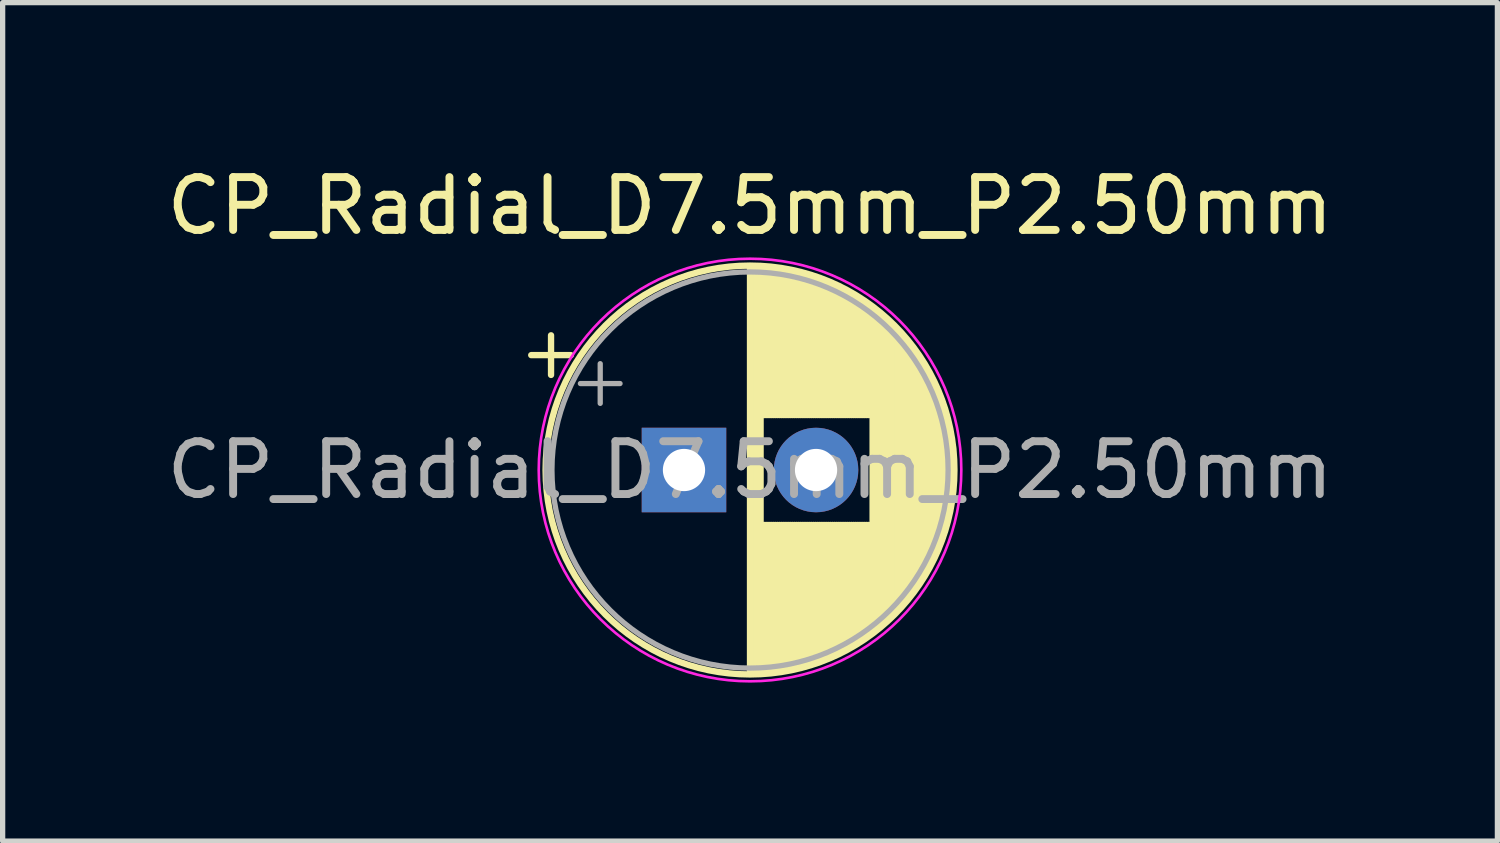
<source format=kicad_pcb>
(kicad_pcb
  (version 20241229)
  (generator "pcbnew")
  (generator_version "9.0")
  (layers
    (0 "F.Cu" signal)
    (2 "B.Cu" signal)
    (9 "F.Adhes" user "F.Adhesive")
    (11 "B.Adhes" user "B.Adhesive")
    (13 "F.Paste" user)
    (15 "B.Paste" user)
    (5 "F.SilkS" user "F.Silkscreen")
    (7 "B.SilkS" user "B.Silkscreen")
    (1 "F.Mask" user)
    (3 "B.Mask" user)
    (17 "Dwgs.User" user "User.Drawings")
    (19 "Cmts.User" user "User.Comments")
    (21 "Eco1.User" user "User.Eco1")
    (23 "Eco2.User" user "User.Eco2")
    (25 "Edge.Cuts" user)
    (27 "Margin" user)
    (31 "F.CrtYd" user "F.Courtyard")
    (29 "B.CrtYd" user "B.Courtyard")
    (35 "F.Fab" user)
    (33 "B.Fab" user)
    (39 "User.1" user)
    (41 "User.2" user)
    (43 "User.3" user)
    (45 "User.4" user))
  (footprint "CP_Radial_D7.5mm_P2.50mm"
    (layer "F.Cu")
    (at 9.899 5.848)
    (property "Reference" "CP_Radial_D7.5mm_P2.50mm" (at 1.25 -5 0) (layer "F.SilkS") (effects (font (size 1 1) (thickness 0.15))))
    (attr through_hole)
    (fp_line (start -2.892 -2.175) (end -2.142 -2.175) (stroke (width 0.12) (type solid)) (layer "F.SilkS"))
    (fp_line (start -2.517 -2.55) (end -2.517 -1.8) (stroke (width 0.12) (type solid)) (layer "F.SilkS"))
    (fp_line (start 1.25 -3.83) (end 1.25 3.83) (stroke (width 0.12) (type solid)) (layer "F.SilkS"))
    (fp_line (start 1.29 -3.83) (end 1.29 3.83) (stroke (width 0.12) (type solid)) (layer "F.SilkS"))
    (fp_line (start 1.33 -3.83) (end 1.33 3.83) (stroke (width 0.12) (type solid)) (layer "F.SilkS"))
    (fp_line (start 1.37 -3.829) (end 1.37 3.829) (stroke (width 0.12) (type solid)) (layer "F.SilkS"))
    (fp_line (start 1.41 -3.827) (end 1.41 3.827) (stroke (width 0.12) (type solid)) (layer "F.SilkS"))
    (fp_line (start 1.45 -3.825) (end 1.45 3.825) (stroke (width 0.12) (type solid)) (layer "F.SilkS"))
    (fp_line (start 1.49 -3.823) (end 1.49 -1.04) (stroke (width 0.12) (type solid)) (layer "F.SilkS"))
    (fp_line (start 1.49 1.04) (end 1.49 3.823) (stroke (width 0.12) (type solid)) (layer "F.SilkS"))
    (fp_line (start 1.53 -3.82) (end 1.53 -1.04) (stroke (width 0.12) (type solid)) (layer "F.SilkS"))
    (fp_line (start 1.53 1.04) (end 1.53 3.82) (stroke (width 0.12) (type solid)) (layer "F.SilkS"))
    (fp_line (start 1.57 -3.817) (end 1.57 -1.04) (stroke (width 0.12) (type solid)) (layer "F.SilkS"))
    (fp_line (start 1.57 1.04) (end 1.57 3.817) (stroke (width 0.12) (type solid)) (layer "F.SilkS"))
    (fp_line (start 1.61 -3.814) (end 1.61 -1.04) (stroke (width 0.12) (type solid)) (layer "F.SilkS"))
    (fp_line (start 1.61 1.04) (end 1.61 3.814) (stroke (width 0.12) (type solid)) (layer "F.SilkS"))
    (fp_line (start 1.65 -3.81) (end 1.65 -1.04) (stroke (width 0.12) (type solid)) (layer "F.SilkS"))
    (fp_line (start 1.65 1.04) (end 1.65 3.81) (stroke (width 0.12) (type solid)) (layer "F.SilkS"))
    (fp_line (start 1.69 -3.805) (end 1.69 -1.04) (stroke (width 0.12) (type solid)) (layer "F.SilkS"))
    (fp_line (start 1.69 1.04) (end 1.69 3.805) (stroke (width 0.12) (type solid)) (layer "F.SilkS"))
    (fp_line (start 1.73 -3.801) (end 1.73 -1.04) (stroke (width 0.12) (type solid)) (layer "F.SilkS"))
    (fp_line (start 1.73 1.04) (end 1.73 3.801) (stroke (width 0.12) (type solid)) (layer "F.SilkS"))
    (fp_line (start 1.77 -3.795) (end 1.77 -1.04) (stroke (width 0.12) (type solid)) (layer "F.SilkS"))
    (fp_line (start 1.77 1.04) (end 1.77 3.795) (stroke (width 0.12) (type solid)) (layer "F.SilkS"))
    (fp_line (start 1.81 -3.79) (end 1.81 -1.04) (stroke (width 0.12) (type solid)) (layer "F.SilkS"))
    (fp_line (start 1.81 1.04) (end 1.81 3.79) (stroke (width 0.12) (type solid)) (layer "F.SilkS"))
    (fp_line (start 1.85 -3.784) (end 1.85 -1.04) (stroke (width 0.12) (type solid)) (layer "F.SilkS"))
    (fp_line (start 1.85 1.04) (end 1.85 3.784) (stroke (width 0.12) (type solid)) (layer "F.SilkS"))
    (fp_line (start 1.89 -3.777) (end 1.89 -1.04) (stroke (width 0.12) (type solid)) (layer "F.SilkS"))
    (fp_line (start 1.89 1.04) (end 1.89 3.777) (stroke (width 0.12) (type solid)) (layer "F.SilkS"))
    (fp_line (start 1.93 -3.77) (end 1.93 -1.04) (stroke (width 0.12) (type solid)) (layer "F.SilkS"))
    (fp_line (start 1.93 1.04) (end 1.93 3.77) (stroke (width 0.12) (type solid)) (layer "F.SilkS"))
    (fp_line (start 1.971 -3.763) (end 1.971 -1.04) (stroke (width 0.12) (type solid)) (layer "F.SilkS"))
    (fp_line (start 1.971 1.04) (end 1.971 3.763) (stroke (width 0.12) (type solid)) (layer "F.SilkS"))
    (fp_line (start 2.011 -3.755) (end 2.011 -1.04) (stroke (width 0.12) (type solid)) (layer "F.SilkS"))
    (fp_line (start 2.011 1.04) (end 2.011 3.755) (stroke (width 0.12) (type solid)) (layer "F.SilkS"))
    (fp_line (start 2.051 -3.747) (end 2.051 -1.04) (stroke (width 0.12) (type solid)) (layer "F.SilkS"))
    (fp_line (start 2.051 1.04) (end 2.051 3.747) (stroke (width 0.12) (type solid)) (layer "F.SilkS"))
    (fp_line (start 2.091 -3.738) (end 2.091 -1.04) (stroke (width 0.12) (type solid)) (layer "F.SilkS"))
    (fp_line (start 2.091 1.04) (end 2.091 3.738) (stroke (width 0.12) (type solid)) (layer "F.SilkS"))
    (fp_line (start 2.131 -3.729) (end 2.131 -1.04) (stroke (width 0.12) (type solid)) (layer "F.SilkS"))
    (fp_line (start 2.131 1.04) (end 2.131 3.729) (stroke (width 0.12) (type solid)) (layer "F.SilkS"))
    (fp_line (start 2.171 -3.72) (end 2.171 -1.04) (stroke (width 0.12) (type solid)) (layer "F.SilkS"))
    (fp_line (start 2.171 1.04) (end 2.171 3.72) (stroke (width 0.12) (type solid)) (layer "F.SilkS"))
    (fp_line (start 2.211 -3.71) (end 2.211 -1.04) (stroke (width 0.12) (type solid)) (layer "F.SilkS"))
    (fp_line (start 2.211 1.04) (end 2.211 3.71) (stroke (width 0.12) (type solid)) (layer "F.SilkS"))
    (fp_line (start 2.251 -3.699) (end 2.251 -1.04) (stroke (width 0.12) (type solid)) (layer "F.SilkS"))
    (fp_line (start 2.251 1.04) (end 2.251 3.699) (stroke (width 0.12) (type solid)) (layer "F.SilkS"))
    (fp_line (start 2.291 -3.688) (end 2.291 -1.04) (stroke (width 0.12) (type solid)) (layer "F.SilkS"))
    (fp_line (start 2.291 1.04) (end 2.291 3.688) (stroke (width 0.12) (type solid)) (layer "F.SilkS"))
    (fp_line (start 2.331 -3.677) (end 2.331 -1.04) (stroke (width 0.12) (type solid)) (layer "F.SilkS"))
    (fp_line (start 2.331 1.04) (end 2.331 3.677) (stroke (width 0.12) (type solid)) (layer "F.SilkS"))
    (fp_line (start 2.371 -3.665) (end 2.371 -1.04) (stroke (width 0.12) (type solid)) (layer "F.SilkS"))
    (fp_line (start 2.371 1.04) (end 2.371 3.665) (stroke (width 0.12) (type solid)) (layer "F.SilkS"))
    (fp_line (start 2.411 -3.653) (end 2.411 -1.04) (stroke (width 0.12) (type solid)) (layer "F.SilkS"))
    (fp_line (start 2.411 1.04) (end 2.411 3.653) (stroke (width 0.12) (type solid)) (layer "F.SilkS"))
    (fp_line (start 2.451 -3.64) (end 2.451 -1.04) (stroke (width 0.12) (type solid)) (layer "F.SilkS"))
    (fp_line (start 2.451 1.04) (end 2.451 3.64) (stroke (width 0.12) (type solid)) (layer "F.SilkS"))
    (fp_line (start 2.491 -3.626) (end 2.491 -1.04) (stroke (width 0.12) (type solid)) (layer "F.SilkS"))
    (fp_line (start 2.491 1.04) (end 2.491 3.626) (stroke (width 0.12) (type solid)) (layer "F.SilkS"))
    (fp_line (start 2.531 -3.613) (end 2.531 -1.04) (stroke (width 0.12) (type solid)) (layer "F.SilkS"))
    (fp_line (start 2.531 1.04) (end 2.531 3.613) (stroke (width 0.12) (type solid)) (layer "F.SilkS"))
    (fp_line (start 2.571 -3.598) (end 2.571 -1.04) (stroke (width 0.12) (type solid)) (layer "F.SilkS"))
    (fp_line (start 2.571 1.04) (end 2.571 3.598) (stroke (width 0.12) (type solid)) (layer "F.SilkS"))
    (fp_line (start 2.611 -3.584) (end 2.611 -1.04) (stroke (width 0.12) (type solid)) (layer "F.SilkS"))
    (fp_line (start 2.611 1.04) (end 2.611 3.584) (stroke (width 0.12) (type solid)) (layer "F.SilkS"))
    (fp_line (start 2.651 -3.568) (end 2.651 -1.04) (stroke (width 0.12) (type solid)) (layer "F.SilkS"))
    (fp_line (start 2.651 1.04) (end 2.651 3.568) (stroke (width 0.12) (type solid)) (layer "F.SilkS"))
    (fp_line (start 2.691 -3.553) (end 2.691 -1.04) (stroke (width 0.12) (type solid)) (layer "F.SilkS"))
    (fp_line (start 2.691 1.04) (end 2.691 3.553) (stroke (width 0.12) (type solid)) (layer "F.SilkS"))
    (fp_line (start 2.731 -3.536) (end 2.731 -1.04) (stroke (width 0.12) (type solid)) (layer "F.SilkS"))
    (fp_line (start 2.731 1.04) (end 2.731 3.536) (stroke (width 0.12) (type solid)) (layer "F.SilkS"))
    (fp_line (start 2.771 -3.52) (end 2.771 -1.04) (stroke (width 0.12) (type solid)) (layer "F.SilkS"))
    (fp_line (start 2.771 1.04) (end 2.771 3.52) (stroke (width 0.12) (type solid)) (layer "F.SilkS"))
    (fp_line (start 2.811 -3.502) (end 2.811 -1.04) (stroke (width 0.12) (type solid)) (layer "F.SilkS"))
    (fp_line (start 2.811 1.04) (end 2.811 3.502) (stroke (width 0.12) (type solid)) (layer "F.SilkS"))
    (fp_line (start 2.851 -3.484) (end 2.851 -1.04) (stroke (width 0.12) (type solid)) (layer "F.SilkS"))
    (fp_line (start 2.851 1.04) (end 2.851 3.484) (stroke (width 0.12) (type solid)) (layer "F.SilkS"))
    (fp_line (start 2.891 -3.466) (end 2.891 -1.04) (stroke (width 0.12) (type solid)) (layer "F.SilkS"))
    (fp_line (start 2.891 1.04) (end 2.891 3.466) (stroke (width 0.12) (type solid)) (layer "F.SilkS"))
    (fp_line (start 2.931 -3.447) (end 2.931 -1.04) (stroke (width 0.12) (type solid)) (layer "F.SilkS"))
    (fp_line (start 2.931 1.04) (end 2.931 3.447) (stroke (width 0.12) (type solid)) (layer "F.SilkS"))
    (fp_line (start 2.971 -3.427) (end 2.971 -1.04) (stroke (width 0.12) (type solid)) (layer "F.SilkS"))
    (fp_line (start 2.971 1.04) (end 2.971 3.427) (stroke (width 0.12) (type solid)) (layer "F.SilkS"))
    (fp_line (start 3.011 -3.407) (end 3.011 -1.04) (stroke (width 0.12) (type solid)) (layer "F.SilkS"))
    (fp_line (start 3.011 1.04) (end 3.011 3.407) (stroke (width 0.12) (type solid)) (layer "F.SilkS"))
    (fp_line (start 3.051 -3.386) (end 3.051 -1.04) (stroke (width 0.12) (type solid)) (layer "F.SilkS"))
    (fp_line (start 3.051 1.04) (end 3.051 3.386) (stroke (width 0.12) (type solid)) (layer "F.SilkS"))
    (fp_line (start 3.091 -3.365) (end 3.091 -1.04) (stroke (width 0.12) (type solid)) (layer "F.SilkS"))
    (fp_line (start 3.091 1.04) (end 3.091 3.365) (stroke (width 0.12) (type solid)) (layer "F.SilkS"))
    (fp_line (start 3.131 -3.343) (end 3.131 -1.04) (stroke (width 0.12) (type solid)) (layer "F.SilkS"))
    (fp_line (start 3.131 1.04) (end 3.131 3.343) (stroke (width 0.12) (type solid)) (layer "F.SilkS"))
    (fp_line (start 3.171 -3.321) (end 3.171 -1.04) (stroke (width 0.12) (type solid)) (layer "F.SilkS"))
    (fp_line (start 3.171 1.04) (end 3.171 3.321) (stroke (width 0.12) (type solid)) (layer "F.SilkS"))
    (fp_line (start 3.211 -3.297) (end 3.211 -1.04) (stroke (width 0.12) (type solid)) (layer "F.SilkS"))
    (fp_line (start 3.211 1.04) (end 3.211 3.297) (stroke (width 0.12) (type solid)) (layer "F.SilkS"))
    (fp_line (start 3.251 -3.274) (end 3.251 -1.04) (stroke (width 0.12) (type solid)) (layer "F.SilkS"))
    (fp_line (start 3.251 1.04) (end 3.251 3.274) (stroke (width 0.12) (type solid)) (layer "F.SilkS"))
    (fp_line (start 3.291 -3.249) (end 3.291 -1.04) (stroke (width 0.12) (type solid)) (layer "F.SilkS"))
    (fp_line (start 3.291 1.04) (end 3.291 3.249) (stroke (width 0.12) (type solid)) (layer "F.SilkS"))
    (fp_line (start 3.331 -3.224) (end 3.331 -1.04) (stroke (width 0.12) (type solid)) (layer "F.SilkS"))
    (fp_line (start 3.331 1.04) (end 3.331 3.224) (stroke (width 0.12) (type solid)) (layer "F.SilkS"))
    (fp_line (start 3.371 -3.198) (end 3.371 -1.04) (stroke (width 0.12) (type solid)) (layer "F.SilkS"))
    (fp_line (start 3.371 1.04) (end 3.371 3.198) (stroke (width 0.12) (type solid)) (layer "F.SilkS"))
    (fp_line (start 3.411 -3.172) (end 3.411 -1.04) (stroke (width 0.12) (type solid)) (layer "F.SilkS"))
    (fp_line (start 3.411 1.04) (end 3.411 3.172) (stroke (width 0.12) (type solid)) (layer "F.SilkS"))
    (fp_line (start 3.451 -3.144) (end 3.451 -1.04) (stroke (width 0.12) (type solid)) (layer "F.SilkS"))
    (fp_line (start 3.451 1.04) (end 3.451 3.144) (stroke (width 0.12) (type solid)) (layer "F.SilkS"))
    (fp_line (start 3.491 -3.116) (end 3.491 -1.04) (stroke (width 0.12) (type solid)) (layer "F.SilkS"))
    (fp_line (start 3.491 1.04) (end 3.491 3.116) (stroke (width 0.12) (type solid)) (layer "F.SilkS"))
    (fp_line (start 3.531 -3.088) (end 3.531 -1.04) (stroke (width 0.12) (type solid)) (layer "F.SilkS"))
    (fp_line (start 3.531 1.04) (end 3.531 3.088) (stroke (width 0.12) (type solid)) (layer "F.SilkS"))
    (fp_line (start 3.571 -3.058) (end 3.571 3.058) (stroke (width 0.12) (type solid)) (layer "F.SilkS"))
    (fp_line (start 3.611 -3.028) (end 3.611 3.028) (stroke (width 0.12) (type solid)) (layer "F.SilkS"))
    (fp_line (start 3.651 -2.996) (end 3.651 2.996) (stroke (width 0.12) (type solid)) (layer "F.SilkS"))
    (fp_line (start 3.691 -2.964) (end 3.691 2.964) (stroke (width 0.12) (type solid)) (layer "F.SilkS"))
    (fp_line (start 3.731 -2.931) (end 3.731 2.931) (stroke (width 0.12) (type solid)) (layer "F.SilkS"))
    (fp_line (start 3.771 -2.898) (end 3.771 2.898) (stroke (width 0.12) (type solid)) (layer "F.SilkS"))
    (fp_line (start 3.811 -2.863) (end 3.811 2.863) (stroke (width 0.12) (type solid)) (layer "F.SilkS"))
    (fp_line (start 3.851 -2.827) (end 3.851 2.827) (stroke (width 0.12) (type solid)) (layer "F.SilkS"))
    (fp_line (start 3.891 -2.79) (end 3.891 2.79) (stroke (width 0.12) (type solid)) (layer "F.SilkS"))
    (fp_line (start 3.931 -2.752) (end 3.931 2.752) (stroke (width 0.12) (type solid)) (layer "F.SilkS"))
    (fp_line (start 3.971 -2.713) (end 3.971 2.713) (stroke (width 0.12) (type solid)) (layer "F.SilkS"))
    (fp_line (start 4.011 -2.673) (end 4.011 2.673) (stroke (width 0.12) (type solid)) (layer "F.SilkS"))
    (fp_line (start 4.051 -2.632) (end 4.051 2.632) (stroke (width 0.12) (type solid)) (layer "F.SilkS"))
    (fp_line (start 4.091 -2.589) (end 4.091 2.589) (stroke (width 0.12) (type solid)) (layer "F.SilkS"))
    (fp_line (start 4.131 -2.546) (end 4.131 2.546) (stroke (width 0.12) (type solid)) (layer "F.SilkS"))
    (fp_line (start 4.171 -2.5) (end 4.171 2.5) (stroke (width 0.12) (type solid)) (layer "F.SilkS"))
    (fp_line (start 4.211 -2.454) (end 4.211 2.454) (stroke (width 0.12) (type solid)) (layer "F.SilkS"))
    (fp_line (start 4.251 -2.405) (end 4.251 2.405) (stroke (width 0.12) (type solid)) (layer "F.SilkS"))
    (fp_line (start 4.291 -2.355) (end 4.291 2.355) (stroke (width 0.12) (type solid)) (layer "F.SilkS"))
    (fp_line (start 4.331 -2.304) (end 4.331 2.304) (stroke (width 0.12) (type solid)) (layer "F.SilkS"))
    (fp_line (start 4.371 -2.25) (end 4.371 2.25) (stroke (width 0.12) (type solid)) (layer "F.SilkS"))
    (fp_line (start 4.411 -2.195) (end 4.411 2.195) (stroke (width 0.12) (type solid)) (layer "F.SilkS"))
    (fp_line (start 4.451 -2.137) (end 4.451 2.137) (stroke (width 0.12) (type solid)) (layer "F.SilkS"))
    (fp_line (start 4.491 -2.077) (end 4.491 2.077) (stroke (width 0.12) (type solid)) (layer "F.SilkS"))
    (fp_line (start 4.531 -2.014) (end 4.531 2.014) (stroke (width 0.12) (type solid)) (layer "F.SilkS"))
    (fp_line (start 4.571 -1.949) (end 4.571 1.949) (stroke (width 0.12) (type solid)) (layer "F.SilkS"))
    (fp_line (start 4.611 -1.881) (end 4.611 1.881) (stroke (width 0.12) (type solid)) (layer "F.SilkS"))
    (fp_line (start 4.651 -1.809) (end 4.651 1.809) (stroke (width 0.12) (type solid)) (layer "F.SilkS"))
    (fp_line (start 4.691 -1.733) (end 4.691 1.733) (stroke (width 0.12) (type solid)) (layer "F.SilkS"))
    (fp_line (start 4.731 -1.654) (end 4.731 1.654) (stroke (width 0.12) (type solid)) (layer "F.SilkS"))
    (fp_line (start 4.771 -1.569) (end 4.771 1.569) (stroke (width 0.12) (type solid)) (layer "F.SilkS"))
    (fp_line (start 4.811 -1.478) (end 4.811 1.478) (stroke (width 0.12) (type solid)) (layer "F.SilkS"))
    (fp_line (start 4.851 -1.381) (end 4.851 1.381) (stroke (width 0.12) (type solid)) (layer "F.SilkS"))
    (fp_line (start 4.891 -1.275) (end 4.891 1.275) (stroke (width 0.12) (type solid)) (layer "F.SilkS"))
    (fp_line (start 4.931 -1.158) (end 4.931 1.158) (stroke (width 0.12) (type solid)) (layer "F.SilkS"))
    (fp_line (start 4.971 -1.028) (end 4.971 1.028) (stroke (width 0.12) (type solid)) (layer "F.SilkS"))
    (fp_line (start 5.011 -0.877) (end 5.011 0.877) (stroke (width 0.12) (type solid)) (layer "F.SilkS"))
    (fp_line (start 5.051 -0.693) (end 5.051 0.693) (stroke (width 0.12) (type solid)) (layer "F.SilkS"))
    (fp_line (start 5.091 -0.441) (end 5.091 0.441) (stroke (width 0.12) (type solid)) (layer "F.SilkS"))
    (fp_circle (center 1.25 0) (end 5.12 0) (stroke (width 0.12) (type solid)) (fill no) (layer "F.SilkS"))
    (fp_circle (center 1.25 0) (end 5.25 0) (stroke (width 0.05) (type solid)) (fill no) (layer "F.CrtYd"))
    (fp_line (start -1.961 -1.637) (end -1.211 -1.637) (stroke (width 0.1) (type solid)) (layer "F.Fab"))
    (fp_line (start -1.586 -2.013) (end -1.586 -1.262) (stroke (width 0.1) (type solid)) (layer "F.Fab"))
    (fp_circle (center 1.25 0) (end 5 0) (stroke (width 0.1) (type solid)) (fill no) (layer "F.Fab"))
    (fp_text user "${REFERENCE}" (at 1.25 0 0) (layer "F.Fab") (effects (font (size 1 1) (thickness 0.15))))
    (pad "1" thru_hole rect (at 0 0) (size 1.6 1.6) (drill 0.8) (layers "*.Cu" "*.Mask"))
    (pad "2" thru_hole circle (at 2.5 0) (size 1.6 1.6) (drill 0.8) (layers "*.Cu" "*.Mask")))
  (gr_rect
    (start -3 -3)
    (end 25.298 12.873)
    (stroke (width 0.1) (type default))
    (fill no)
    (layer "Edge.Cuts")))
</source>
